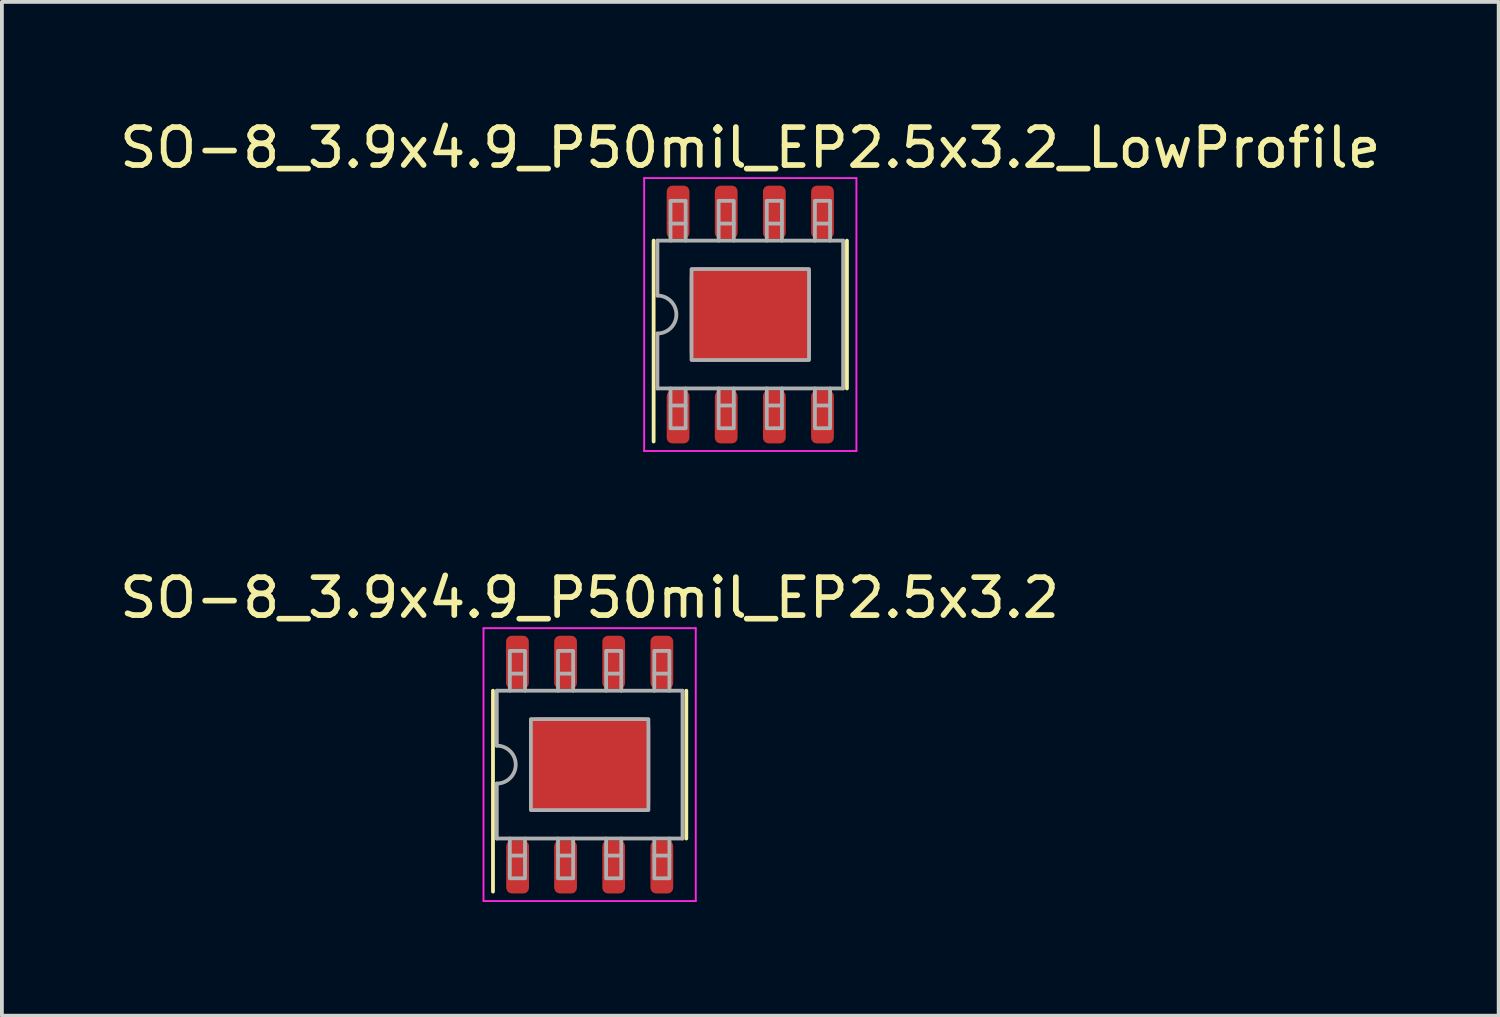
<source format=kicad_pcb>
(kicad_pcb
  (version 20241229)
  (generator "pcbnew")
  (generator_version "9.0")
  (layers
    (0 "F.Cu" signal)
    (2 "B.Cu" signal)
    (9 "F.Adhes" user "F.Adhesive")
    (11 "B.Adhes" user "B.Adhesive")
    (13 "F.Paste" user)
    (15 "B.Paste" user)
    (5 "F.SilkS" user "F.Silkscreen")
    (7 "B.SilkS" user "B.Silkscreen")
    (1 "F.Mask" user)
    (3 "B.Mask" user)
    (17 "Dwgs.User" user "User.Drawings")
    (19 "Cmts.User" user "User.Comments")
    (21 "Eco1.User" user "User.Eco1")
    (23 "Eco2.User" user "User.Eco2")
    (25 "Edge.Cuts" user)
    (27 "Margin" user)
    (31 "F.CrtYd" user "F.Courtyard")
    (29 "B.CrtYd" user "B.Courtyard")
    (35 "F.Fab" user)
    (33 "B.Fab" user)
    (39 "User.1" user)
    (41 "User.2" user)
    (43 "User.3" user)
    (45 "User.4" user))
  (footprint "SO-8_3.9x4.9_P50mil_EP2.5x3.2"
    (layer "F.Cu")
    (at 12.506 17.122)
    (property "Reference" "SO-8_3.9x4.9_P50mil_EP2.5x3.2" (at 0 -4.4 0) (layer "F.SilkS") (effects (font (size 1 1) (thickness 0.15))))
    (attr smd)
    (fp_line (start -2.55 3.35) (end -2.55 -1.95) (stroke (width 0.1) (type solid)) (layer "F.SilkS"))
    (fp_line (start 2.55 1.95) (end 2.55 -1.95) (stroke (width 0.1) (type solid)) (layer "F.SilkS"))
    (fp_line (start -2.8 -3.6) (end -2.8 3.6) (stroke (width 0.05) (type solid)) (layer "F.CrtYd"))
    (fp_line (start -2.8 3.6) (end 2.8 3.6) (stroke (width 0.05) (type solid)) (layer "F.CrtYd"))
    (fp_line (start 2.8 -3.6) (end -2.8 -3.6) (stroke (width 0.05) (type solid)) (layer "F.CrtYd"))
    (fp_line (start 2.8 3.6) (end 2.8 -3.6) (stroke (width 0.05) (type solid)) (layer "F.CrtYd"))
    (fp_line (start -2.45 -1.95) (end -2.45 -0.5) (stroke (width 0.1) (type solid)) (layer "F.Fab"))
    (fp_line (start -2.45 -1.95) (end 2.45 -1.95) (stroke (width 0.1) (type solid)) (layer "F.Fab"))
    (fp_line (start -2.45 1.95) (end -2.45 0.5) (stroke (width 0.1) (type solid)) (layer "F.Fab"))
    (fp_line (start -2.105 -2.4) (end -2.105 -1.95) (stroke (width 0.1) (type solid)) (layer "F.Fab"))
    (fp_line (start -2.105 2.4) (end -2.105 1.95) (stroke (width 0.1) (type solid)) (layer "F.Fab"))
    (fp_line (start -1.705 -2.4) (end -1.705 -1.95) (stroke (width 0.1) (type solid)) (layer "F.Fab"))
    (fp_line (start -1.705 2.4) (end -1.705 1.95) (stroke (width 0.1) (type solid)) (layer "F.Fab"))
    (fp_line (start -0.835 -2.4) (end -0.835 -1.95) (stroke (width 0.1) (type solid)) (layer "F.Fab"))
    (fp_line (start -0.835 2.4) (end -0.835 1.95) (stroke (width 0.1) (type solid)) (layer "F.Fab"))
    (fp_line (start -0.435 -2.4) (end -0.435 -1.95) (stroke (width 0.1) (type solid)) (layer "F.Fab"))
    (fp_line (start -0.435 2.4) (end -0.435 1.95) (stroke (width 0.1) (type solid)) (layer "F.Fab"))
    (fp_line (start 0.435 -2.4) (end 0.435 -1.95) (stroke (width 0.1) (type solid)) (layer "F.Fab"))
    (fp_line (start 0.435 2.4) (end 0.435 1.95) (stroke (width 0.1) (type solid)) (layer "F.Fab"))
    (fp_line (start 0.835 -2.4) (end 0.835 -1.95) (stroke (width 0.1) (type solid)) (layer "F.Fab"))
    (fp_line (start 0.835 2.4) (end 0.835 1.95) (stroke (width 0.1) (type solid)) (layer "F.Fab"))
    (fp_line (start 1.705 -2.4) (end 1.705 -1.95) (stroke (width 0.1) (type solid)) (layer "F.Fab"))
    (fp_line (start 1.705 2.4) (end 1.705 1.95) (stroke (width 0.1) (type solid)) (layer "F.Fab"))
    (fp_line (start 2.105 -2.4) (end 2.105 -1.95) (stroke (width 0.1) (type solid)) (layer "F.Fab"))
    (fp_line (start 2.105 2.4) (end 2.105 1.95) (stroke (width 0.1) (type solid)) (layer "F.Fab"))
    (fp_line (start 2.45 -1.95) (end 2.45 1.95) (stroke (width 0.1) (type solid)) (layer "F.Fab"))
    (fp_line (start 2.45 1.95) (end -2.45 1.95) (stroke (width 0.1) (type solid)) (layer "F.Fab"))
    (fp_arc (start -2.45 -0.5) (mid -1.95 0) (end -2.45 0.5) (stroke (width 0.1) (type solid)) (layer "F.Fab"))
    (fp_poly (pts (xy -2.105 -2.4) (xy -2.105 -3) (xy -1.705 -3) (xy -1.705 -2.4)) (stroke (width 0.1) (type solid)) (fill no) (layer "F.Fab"))
    (fp_poly (pts (xy -1.705 2.4) (xy -1.705 3) (xy -2.105 3) (xy -2.105 2.4)) (stroke (width 0.1) (type solid)) (fill no) (layer "F.Fab"))
    (fp_poly (pts (xy -0.835 -2.4) (xy -0.835 -3) (xy -0.435 -3) (xy -0.435 -2.4)) (stroke (width 0.1) (type solid)) (fill no) (layer "F.Fab"))
    (fp_poly (pts (xy -0.435 2.4) (xy -0.435 3) (xy -0.835 3) (xy -0.835 2.4)) (stroke (width 0.1) (type solid)) (fill no) (layer "F.Fab"))
    (fp_poly (pts (xy 0.435 -2.4) (xy 0.435 -3) (xy 0.835 -3) (xy 0.835 -2.4)) (stroke (width 0.1) (type solid)) (fill no) (layer "F.Fab"))
    (fp_poly (pts (xy 0.835 2.4) (xy 0.835 3) (xy 0.435 3) (xy 0.435 2.4)) (stroke (width 0.1) (type solid)) (fill no) (layer "F.Fab"))
    (fp_poly (pts (xy 1.55 -1.2) (xy 1.55 1.2) (xy -1.55 1.2) (xy -1.55 -1.2)) (stroke (width 0.1) (type solid)) (fill no) (layer "F.Fab"))
    (fp_poly (pts (xy 1.705 -2.4) (xy 1.705 -3) (xy 2.105 -3) (xy 2.105 -2.4)) (stroke (width 0.1) (type solid)) (fill no) (layer "F.Fab"))
    (fp_poly (pts (xy 2.105 2.4) (xy 2.105 3) (xy 1.705 3) (xy 1.705 2.4)) (stroke (width 0.1) (type solid)) (fill no) (layer "F.Fab"))
    (pad "" smd roundrect (at -0.8 -0.625 90) (size 0.84 1.19) (layers "F.Paste") (roundrect_rratio 0.119))
    (pad "" smd roundrect (at -0.8 0.625 90) (size 0.84 1.19) (layers "F.Paste") (roundrect_rratio 0.119))
    (pad "" smd roundrect (at 0.8 -0.625 90) (size 0.84 1.19) (layers "F.Paste") (roundrect_rratio 0.119))
    (pad "" smd roundrect (at 0.8 0.625 90) (size 0.84 1.19) (layers "F.Paste") (roundrect_rratio 0.119))
    (pad "1" smd roundrect (at -1.9 2.7 90) (size 1.4 0.6) (layers "F.Cu" "F.Mask" "F.Paste") (roundrect_rratio 0.25))
    (pad "2" smd roundrect (at -0.635 2.7 90) (size 1.4 0.6) (layers "F.Cu" "F.Mask" "F.Paste") (roundrect_rratio 0.25))
    (pad "3" smd roundrect (at 0.635 2.7 90) (size 1.4 0.6) (layers "F.Cu" "F.Mask" "F.Paste") (roundrect_rratio 0.25))
    (pad "4" smd roundrect (at 1.905 2.7 90) (size 1.4 0.6) (layers "F.Cu" "F.Mask" "F.Paste") (roundrect_rratio 0.25))
    (pad "5" smd roundrect (at 1.905 -2.7 90) (size 1.4 0.6) (layers "F.Cu" "F.Mask" "F.Paste") (roundrect_rratio 0.25))
    (pad "6" smd roundrect (at 0.635 -2.7 90) (size 1.4 0.6) (layers "F.Cu" "F.Mask" "F.Paste") (roundrect_rratio 0.25))
    (pad "7" smd roundrect (at -0.635 -2.7 90) (size 1.4 0.6) (layers "F.Cu" "F.Mask" "F.Paste") (roundrect_rratio 0.25))
    (pad "8" smd roundrect (at -1.905 -2.7 90) (size 1.4 0.6) (layers "F.Cu" "F.Mask" "F.Paste") (roundrect_rratio 0.25))
    (pad "9" smd roundrect (at 0 0 90) (size 2.5 3.2) (layers "F.Cu" "F.Mask") (roundrect_rratio 0.1)))
  (footprint "SO-8_3.9x4.9_P50mil_EP2.5x3.2_LowProfile"
    (layer "F.Cu")
    (at 16.744 5.248)
    (property "Reference" "SO-8_3.9x4.9_P50mil_EP2.5x3.2_LowProfile" (at 0 -4.4 0) (layer "F.SilkS") (effects (font (size 1 1) (thickness 0.15))))
    (attr smd)
    (fp_line (start -2.55 3.35) (end -2.55 -1.95) (stroke (width 0.1) (type solid)) (layer "F.SilkS"))
    (fp_line (start 2.55 1.95) (end 2.55 -1.95) (stroke (width 0.1) (type solid)) (layer "F.SilkS"))
    (fp_line (start -2.8 -3.6) (end -2.8 3.6) (stroke (width 0.05) (type solid)) (layer "F.CrtYd"))
    (fp_line (start -2.8 3.6) (end 2.8 3.6) (stroke (width 0.05) (type solid)) (layer "F.CrtYd"))
    (fp_line (start 2.8 -3.6) (end -2.8 -3.6) (stroke (width 0.05) (type solid)) (layer "F.CrtYd"))
    (fp_line (start 2.8 3.6) (end 2.8 -3.6) (stroke (width 0.05) (type solid)) (layer "F.CrtYd"))
    (fp_line (start -2.45 -1.95) (end -2.45 -0.5) (stroke (width 0.1) (type solid)) (layer "F.Fab"))
    (fp_line (start -2.45 -1.95) (end 2.45 -1.95) (stroke (width 0.1) (type solid)) (layer "F.Fab"))
    (fp_line (start -2.45 1.95) (end -2.45 0.5) (stroke (width 0.1) (type solid)) (layer "F.Fab"))
    (fp_line (start -2.105 -2.4) (end -2.105 -1.95) (stroke (width 0.1) (type solid)) (layer "F.Fab"))
    (fp_line (start -2.105 2.4) (end -2.105 1.95) (stroke (width 0.1) (type solid)) (layer "F.Fab"))
    (fp_line (start -1.705 -2.4) (end -1.705 -1.95) (stroke (width 0.1) (type solid)) (layer "F.Fab"))
    (fp_line (start -1.705 2.4) (end -1.705 1.95) (stroke (width 0.1) (type solid)) (layer "F.Fab"))
    (fp_line (start -0.835 -2.4) (end -0.835 -1.95) (stroke (width 0.1) (type solid)) (layer "F.Fab"))
    (fp_line (start -0.835 2.4) (end -0.835 1.95) (stroke (width 0.1) (type solid)) (layer "F.Fab"))
    (fp_line (start -0.435 -2.4) (end -0.435 -1.95) (stroke (width 0.1) (type solid)) (layer "F.Fab"))
    (fp_line (start -0.435 2.4) (end -0.435 1.95) (stroke (width 0.1) (type solid)) (layer "F.Fab"))
    (fp_line (start 0.435 -2.4) (end 0.435 -1.95) (stroke (width 0.1) (type solid)) (layer "F.Fab"))
    (fp_line (start 0.435 2.4) (end 0.435 1.95) (stroke (width 0.1) (type solid)) (layer "F.Fab"))
    (fp_line (start 0.835 -2.4) (end 0.835 -1.95) (stroke (width 0.1) (type solid)) (layer "F.Fab"))
    (fp_line (start 0.835 2.4) (end 0.835 1.95) (stroke (width 0.1) (type solid)) (layer "F.Fab"))
    (fp_line (start 1.705 -2.4) (end 1.705 -1.95) (stroke (width 0.1) (type solid)) (layer "F.Fab"))
    (fp_line (start 1.705 2.4) (end 1.705 1.95) (stroke (width 0.1) (type solid)) (layer "F.Fab"))
    (fp_line (start 2.105 -2.4) (end 2.105 -1.95) (stroke (width 0.1) (type solid)) (layer "F.Fab"))
    (fp_line (start 2.105 2.4) (end 2.105 1.95) (stroke (width 0.1) (type solid)) (layer "F.Fab"))
    (fp_line (start 2.45 -1.95) (end 2.45 1.95) (stroke (width 0.1) (type solid)) (layer "F.Fab"))
    (fp_line (start 2.45 1.95) (end -2.45 1.95) (stroke (width 0.1) (type solid)) (layer "F.Fab"))
    (fp_arc (start -2.45 -0.5) (mid -1.95 0) (end -2.45 0.5) (stroke (width 0.1) (type solid)) (layer "F.Fab"))
    (fp_poly (pts (xy -2.105 -2.4) (xy -2.105 -3) (xy -1.705 -3) (xy -1.705 -2.4)) (stroke (width 0.1) (type solid)) (fill no) (layer "F.Fab"))
    (fp_poly (pts (xy -1.705 2.4) (xy -1.705 3) (xy -2.105 3) (xy -2.105 2.4)) (stroke (width 0.1) (type solid)) (fill no) (layer "F.Fab"))
    (fp_poly (pts (xy -0.835 -2.4) (xy -0.835 -3) (xy -0.435 -3) (xy -0.435 -2.4)) (stroke (width 0.1) (type solid)) (fill no) (layer "F.Fab"))
    (fp_poly (pts (xy -0.435 2.4) (xy -0.435 3) (xy -0.835 3) (xy -0.835 2.4)) (stroke (width 0.1) (type solid)) (fill no) (layer "F.Fab"))
    (fp_poly (pts (xy 0.435 -2.4) (xy 0.435 -3) (xy 0.835 -3) (xy 0.835 -2.4)) (stroke (width 0.1) (type solid)) (fill no) (layer "F.Fab"))
    (fp_poly (pts (xy 0.835 2.4) (xy 0.835 3) (xy 0.435 3) (xy 0.435 2.4)) (stroke (width 0.1) (type solid)) (fill no) (layer "F.Fab"))
    (fp_poly (pts (xy 1.55 -1.2) (xy 1.55 1.2) (xy -1.55 1.2) (xy -1.55 -1.2)) (stroke (width 0.1) (type solid)) (fill no) (layer "F.Fab"))
    (fp_poly (pts (xy 1.705 -2.4) (xy 1.705 -3) (xy 2.105 -3) (xy 2.105 -2.4)) (stroke (width 0.1) (type solid)) (fill no) (layer "F.Fab"))
    (fp_poly (pts (xy 2.105 2.4) (xy 2.105 3) (xy 1.705 3) (xy 1.705 2.4)) (stroke (width 0.1) (type solid)) (fill no) (layer "F.Fab"))
    (pad "" smd roundrect (at -0.8 -0.625 90) (size 0.85 1.2) (layers "F.Paste") (roundrect_rratio 0.118))
    (pad "" smd roundrect (at -0.8 0.625 90) (size 0.85 1.2) (layers "F.Paste") (roundrect_rratio 0.118))
    (pad "" smd roundrect (at 0.8 -0.625 90) (size 0.85 1.2) (layers "F.Paste") (roundrect_rratio 0.118))
    (pad "" smd roundrect (at 0.8 0.625 90) (size 0.85 1.2) (layers "F.Paste") (roundrect_rratio 0.118))
    (pad "1" smd roundrect (at -1.905 2.7 90) (size 1.4 0.6) (layers "F.Cu" "F.Mask" "F.Paste") (roundrect_rratio 0.25))
    (pad "2" smd roundrect (at -0.635 2.7 90) (size 1.4 0.6) (layers "F.Cu" "F.Mask" "F.Paste") (roundrect_rratio 0.25))
    (pad "3" smd roundrect (at 0.635 2.7 90) (size 1.4 0.6) (layers "F.Cu" "F.Mask" "F.Paste") (roundrect_rratio 0.25))
    (pad "4" smd roundrect (at 1.905 2.7 90) (size 1.4 0.6) (layers "F.Cu" "F.Mask" "F.Paste") (roundrect_rratio 0.25))
    (pad "5" smd roundrect (at 1.905 -2.7 90) (size 1.4 0.6) (layers "F.Cu" "F.Mask" "F.Paste") (roundrect_rratio 0.25))
    (pad "6" smd roundrect (at 0.635 -2.7 90) (size 1.4 0.6) (layers "F.Cu" "F.Mask" "F.Paste") (roundrect_rratio 0.25))
    (pad "7" smd roundrect (at -0.635 -2.7 90) (size 1.4 0.6) (layers "F.Cu" "F.Mask" "F.Paste") (roundrect_rratio 0.25))
    (pad "8" smd roundrect (at -1.905 -2.7 90) (size 1.4 0.6) (layers "F.Cu" "F.Mask" "F.Paste") (roundrect_rratio 0.25))
    (pad "9" smd roundrect (at 0 0 90) (size 2.5 3.2) (layers "F.Cu" "F.Mask") (roundrect_rratio 0.1)))
  (gr_rect
    (start -3 -3)
    (end 36.488 23.747)
    (stroke (width 0.1) (type default))
    (fill no)
    (layer "Edge.Cuts")))
</source>
